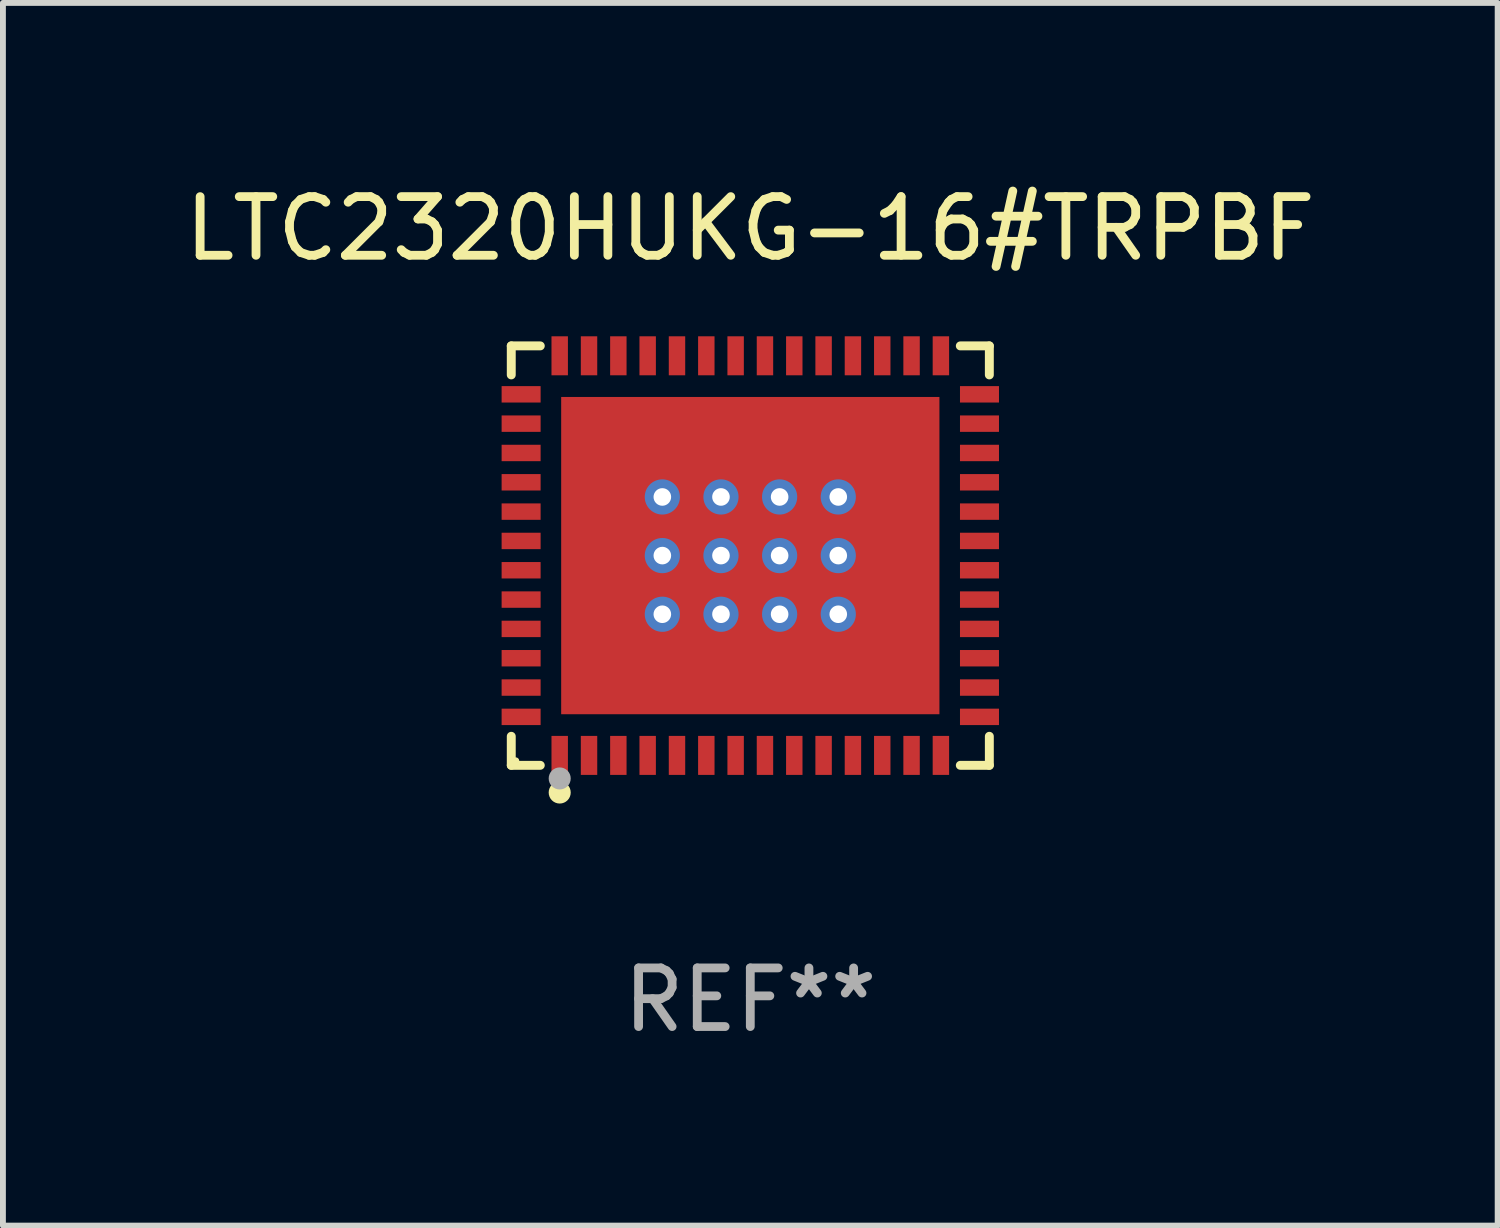
<source format=kicad_pcb>
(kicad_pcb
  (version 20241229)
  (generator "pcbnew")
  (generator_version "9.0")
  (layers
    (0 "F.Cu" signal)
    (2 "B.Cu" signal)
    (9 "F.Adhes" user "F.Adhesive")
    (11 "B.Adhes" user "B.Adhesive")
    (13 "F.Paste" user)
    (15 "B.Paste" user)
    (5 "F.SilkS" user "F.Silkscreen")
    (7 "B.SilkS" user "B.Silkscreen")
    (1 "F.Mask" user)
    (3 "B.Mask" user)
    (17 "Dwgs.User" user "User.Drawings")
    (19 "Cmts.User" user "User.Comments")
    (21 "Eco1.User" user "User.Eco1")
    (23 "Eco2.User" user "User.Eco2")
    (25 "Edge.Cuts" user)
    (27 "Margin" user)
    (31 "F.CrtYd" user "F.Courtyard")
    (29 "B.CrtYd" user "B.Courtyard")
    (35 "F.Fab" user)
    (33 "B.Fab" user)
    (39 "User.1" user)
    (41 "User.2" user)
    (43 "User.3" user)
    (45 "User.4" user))
  (footprint "LTC2320HUKG-16#TRPBF"
    (layer "F.Cu")
    (at 9.744 6.424)
    (property "Reference" "LTC2320HUKG-16#TRPBF" (at 0 -5.576 0) (layer "F.SilkS") (effects (font (size 1 1) (thickness 0.15))))
    (attr through_hole)
    (fp_line (start -4.076 -3.576) (end -3.581 -3.576) (stroke (width 0.152) (type solid)) (layer "F.SilkS"))
    (fp_line (start -4.076 -3.081) (end -4.076 -3.576) (stroke (width 0.152) (type solid)) (layer "F.SilkS"))
    (fp_line (start -4.076 3.081) (end -4.076 3.576) (stroke (width 0.152) (type solid)) (layer "F.SilkS"))
    (fp_line (start -4.076 3.576) (end -3.581 3.576) (stroke (width 0.152) (type solid)) (layer "F.SilkS"))
    (fp_line (start 4.076 -3.576) (end 3.581 -3.576) (stroke (width 0.152) (type solid)) (layer "F.SilkS"))
    (fp_line (start 4.076 -3.081) (end 4.076 -3.576) (stroke (width 0.152) (type solid)) (layer "F.SilkS"))
    (fp_line (start 4.076 3.081) (end 4.076 3.576) (stroke (width 0.152) (type solid)) (layer "F.SilkS"))
    (fp_line (start 4.076 3.576) (end 3.581 3.576) (stroke (width 0.152) (type solid)) (layer "F.SilkS"))
    (fp_circle (center -4 3.5) (end -3.97 3.5) (stroke (width 0.06) (type solid)) (fill no) (layer "F.SilkS"))
    (fp_circle (center -3.25 4.04) (end -3.156 4.04) (stroke (width 0.188) (type solid)) (fill no) (layer "F.SilkS"))
    (fp_circle (center -3.25 3.8) (end -3.156 3.8) (stroke (width 0.188) (type solid)) (fill no) (layer "F.Fab"))
    (fp_text user "REF**" (at 0 7.576 0) (layer "F.Fab") (effects (font (size 1 1) (thickness 0.15))))
    (pad "1" smd rect (at -3.25 3.407) (size 0.28 0.665) (layers "F.Cu" "F.Mask" "F.Paste"))
    (pad "2" smd rect (at -2.75 3.407) (size 0.28 0.665) (layers "F.Cu" "F.Mask" "F.Paste"))
    (pad "3" smd rect (at -2.25 3.407) (size 0.28 0.665) (layers "F.Cu" "F.Mask" "F.Paste"))
    (pad "4" smd rect (at -1.75 3.407) (size 0.28 0.665) (layers "F.Cu" "F.Mask" "F.Paste"))
    (pad "5" smd rect (at -1.25 3.407) (size 0.28 0.665) (layers "F.Cu" "F.Mask" "F.Paste"))
    (pad "6" smd rect (at -0.75 3.407) (size 0.28 0.665) (layers "F.Cu" "F.Mask" "F.Paste"))
    (pad "7" smd rect (at -0.25 3.407) (size 0.28 0.665) (layers "F.Cu" "F.Mask" "F.Paste"))
    (pad "8" smd rect (at 0.25 3.407) (size 0.28 0.665) (layers "F.Cu" "F.Mask" "F.Paste"))
    (pad "9" smd rect (at 0.75 3.407) (size 0.28 0.665) (layers "F.Cu" "F.Mask" "F.Paste"))
    (pad "10" smd rect (at 1.25 3.407) (size 0.28 0.665) (layers "F.Cu" "F.Mask" "F.Paste"))
    (pad "11" smd rect (at 1.75 3.407) (size 0.28 0.665) (layers "F.Cu" "F.Mask" "F.Paste"))
    (pad "12" smd rect (at 2.25 3.407) (size 0.28 0.665) (layers "F.Cu" "F.Mask" "F.Paste"))
    (pad "13" smd rect (at 2.75 3.407) (size 0.28 0.665) (layers "F.Cu" "F.Mask" "F.Paste"))
    (pad "14" smd rect (at 3.25 3.407) (size 0.28 0.665) (layers "F.Cu" "F.Mask" "F.Paste"))
    (pad "15" smd rect (at 3.908 2.75) (size 0.665 0.28) (layers "F.Cu" "F.Mask" "F.Paste"))
    (pad "16" smd rect (at 3.908 2.25) (size 0.665 0.28) (layers "F.Cu" "F.Mask" "F.Paste"))
    (pad "17" smd rect (at 3.908 1.75) (size 0.665 0.28) (layers "F.Cu" "F.Mask" "F.Paste"))
    (pad "18" smd rect (at 3.908 1.25) (size 0.665 0.28) (layers "F.Cu" "F.Mask" "F.Paste"))
    (pad "19" smd rect (at 3.908 0.75) (size 0.665 0.28) (layers "F.Cu" "F.Mask" "F.Paste"))
    (pad "20" smd rect (at 3.908 0.25) (size 0.665 0.28) (layers "F.Cu" "F.Mask" "F.Paste"))
    (pad "21" smd rect (at 3.908 -0.25) (size 0.665 0.28) (layers "F.Cu" "F.Mask" "F.Paste"))
    (pad "22" smd rect (at 3.908 -0.75) (size 0.665 0.28) (layers "F.Cu" "F.Mask" "F.Paste"))
    (pad "23" smd rect (at 3.908 -1.25) (size 0.665 0.28) (layers "F.Cu" "F.Mask" "F.Paste"))
    (pad "24" smd rect (at 3.908 -1.75) (size 0.665 0.28) (layers "F.Cu" "F.Mask" "F.Paste"))
    (pad "25" smd rect (at 3.908 -2.25) (size 0.665 0.28) (layers "F.Cu" "F.Mask" "F.Paste"))
    (pad "26" smd rect (at 3.908 -2.75) (size 0.665 0.28) (layers "F.Cu" "F.Mask" "F.Paste"))
    (pad "27" smd rect (at 3.25 -3.407) (size 0.28 0.665) (layers "F.Cu" "F.Mask" "F.Paste"))
    (pad "28" smd rect (at 2.75 -3.407) (size 0.28 0.665) (layers "F.Cu" "F.Mask" "F.Paste"))
    (pad "29" smd rect (at 2.25 -3.407) (size 0.28 0.665) (layers "F.Cu" "F.Mask" "F.Paste"))
    (pad "30" smd rect (at 1.75 -3.407) (size 0.28 0.665) (layers "F.Cu" "F.Mask" "F.Paste"))
    (pad "31" smd rect (at 1.25 -3.407) (size 0.28 0.665) (layers "F.Cu" "F.Mask" "F.Paste"))
    (pad "32" smd rect (at 0.75 -3.407) (size 0.28 0.665) (layers "F.Cu" "F.Mask" "F.Paste"))
    (pad "33" smd rect (at 0.25 -3.407) (size 0.28 0.665) (layers "F.Cu" "F.Mask" "F.Paste"))
    (pad "34" smd rect (at -0.25 -3.407) (size 0.28 0.665) (layers "F.Cu" "F.Mask" "F.Paste"))
    (pad "35" smd rect (at -0.75 -3.407) (size 0.28 0.665) (layers "F.Cu" "F.Mask" "F.Paste"))
    (pad "36" smd rect (at -1.25 -3.407) (size 0.28 0.665) (layers "F.Cu" "F.Mask" "F.Paste"))
    (pad "37" smd rect (at -1.75 -3.407) (size 0.28 0.665) (layers "F.Cu" "F.Mask" "F.Paste"))
    (pad "38" smd rect (at -2.25 -3.407) (size 0.28 0.665) (layers "F.Cu" "F.Mask" "F.Paste"))
    (pad "39" smd rect (at -2.75 -3.407) (size 0.28 0.665) (layers "F.Cu" "F.Mask" "F.Paste"))
    (pad "40" smd rect (at -3.25 -3.407) (size 0.28 0.665) (layers "F.Cu" "F.Mask" "F.Paste"))
    (pad "41" smd rect (at -3.908 -2.75) (size 0.665 0.28) (layers "F.Cu" "F.Mask" "F.Paste"))
    (pad "42" smd rect (at -3.908 -2.25) (size 0.665 0.28) (layers "F.Cu" "F.Mask" "F.Paste"))
    (pad "43" smd rect (at -3.908 -1.75) (size 0.665 0.28) (layers "F.Cu" "F.Mask" "F.Paste"))
    (pad "44" smd rect (at -3.908 -1.25) (size 0.665 0.28) (layers "F.Cu" "F.Mask" "F.Paste"))
    (pad "45" smd rect (at -3.908 -0.75) (size 0.665 0.28) (layers "F.Cu" "F.Mask" "F.Paste"))
    (pad "46" smd rect (at -3.908 -0.25) (size 0.665 0.28) (layers "F.Cu" "F.Mask" "F.Paste"))
    (pad "47" smd rect (at -3.908 0.25) (size 0.665 0.28) (layers "F.Cu" "F.Mask" "F.Paste"))
    (pad "48" smd rect (at -3.908 0.75) (size 0.665 0.28) (layers "F.Cu" "F.Mask" "F.Paste"))
    (pad "49" smd rect (at -3.908 1.25) (size 0.665 0.28) (layers "F.Cu" "F.Mask" "F.Paste"))
    (pad "50" smd rect (at -3.908 1.75) (size 0.665 0.28) (layers "F.Cu" "F.Mask" "F.Paste"))
    (pad "51" smd rect (at -3.908 2.25) (size 0.665 0.28) (layers "F.Cu" "F.Mask" "F.Paste"))
    (pad "52" smd rect (at -3.908 2.75) (size 0.665 0.28) (layers "F.Cu" "F.Mask" "F.Paste"))
    (pad "53" thru_hole circle (at -1.5 -1) (size 0.6 0.6) (drill 0.3) (layers "*.Cu" "*.Mask"))
    (pad "53" thru_hole circle (at -1.5 0) (size 0.6 0.6) (drill 0.3) (layers "*.Cu" "*.Mask"))
    (pad "53" thru_hole circle (at -1.5 1) (size 0.6 0.6) (drill 0.3) (layers "*.Cu" "*.Mask"))
    (pad "53" thru_hole circle (at -0.5 -1) (size 0.6 0.6) (drill 0.3) (layers "*.Cu" "*.Mask"))
    (pad "53" thru_hole circle (at -0.5 0) (size 0.6 0.6) (drill 0.3) (layers "*.Cu" "*.Mask"))
    (pad "53" thru_hole circle (at -0.5 1) (size 0.6 0.6) (drill 0.3) (layers "*.Cu" "*.Mask"))
    (pad "53" smd rect (at 0 0) (size 6.45 5.41) (layers "F.Cu" "F.Mask" "F.Paste"))
    (pad "53" thru_hole circle (at 0.5 -1) (size 0.6 0.6) (drill 0.3) (layers "*.Cu" "*.Mask"))
    (pad "53" thru_hole circle (at 0.5 0) (size 0.6 0.6) (drill 0.3) (layers "*.Cu" "*.Mask"))
    (pad "53" thru_hole circle (at 0.5 1) (size 0.6 0.6) (drill 0.3) (layers "*.Cu" "*.Mask"))
    (pad "53" thru_hole circle (at 1.5 -1) (size 0.6 0.6) (drill 0.3) (layers "*.Cu" "*.Mask"))
    (pad "53" thru_hole circle (at 1.5 0) (size 0.6 0.6) (drill 0.3) (layers "*.Cu" "*.Mask"))
    (pad "53" thru_hole circle (at 1.5 1) (size 0.6 0.6) (drill 0.3) (layers "*.Cu" "*.Mask")))
  (gr_rect
    (start -3 -3)
    (end 22.488 17.849)
    (stroke (width 0.1) (type default))
    (fill no)
    (layer "Edge.Cuts")))
</source>
